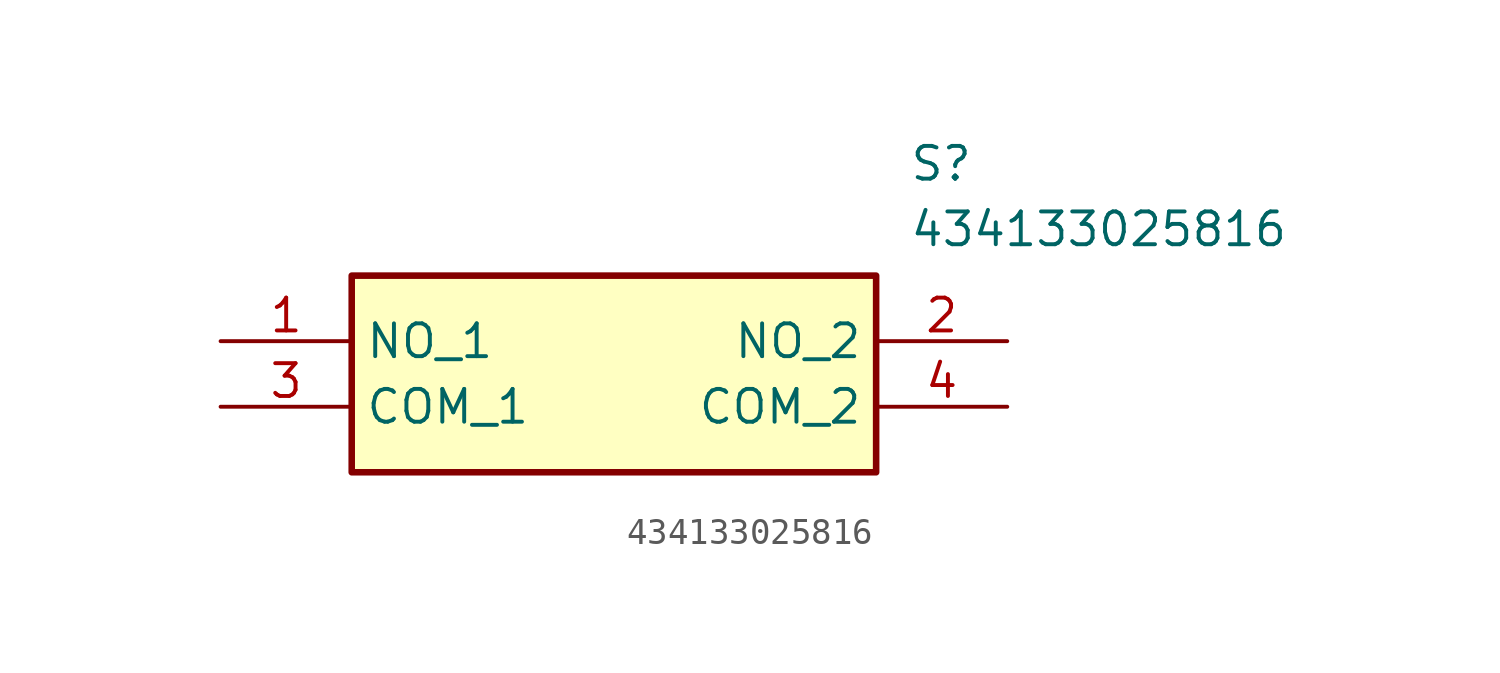
<source format=kicad_sym>
(kicad_symbol_lib
  (version 20211014)
  (generator SamacSys_ECAD_Model)
  (symbol "434133025816"
    (property "Reference" "S"
      (at 26.67 7.62 0)
      (effects (font (size 1.27 1.27)) (justify left top)))
    (property "Value" "434133025816"
      (at 26.67 5.08 0)
      (effects (font (size 1.27 1.27)) (justify left top)))
    (rectangle
      (start 5.08 2.54)
      (end 25.4 -5.08)
      (stroke (width 0.254) (type default))
      (fill (type background)))
    (pin passive line
      (at 0 0 0)
      (length 5.08)
      (name "NO_1" (effects (font (size 1.27 1.27))))
      (number "1" (effects (font (size 1.27 1.27)))))
    (pin passive line
      (at 30.48 0 180)
      (length 5.08)
      (name "NO_2" (effects (font (size 1.27 1.27))))
      (number "2" (effects (font (size 1.27 1.27)))))
    (pin passive line
      (at 0 -2.54 0)
      (length 5.08)
      (name "COM_1" (effects (font (size 1.27 1.27))))
      (number "3" (effects (font (size 1.27 1.27)))))
    (pin passive line
      (at 30.48 -2.54 180)
      (length 5.08)
      (name "COM_2" (effects (font (size 1.27 1.27))))
      (number "4" (effects (font (size 1.27 1.27)))))))
</source>
